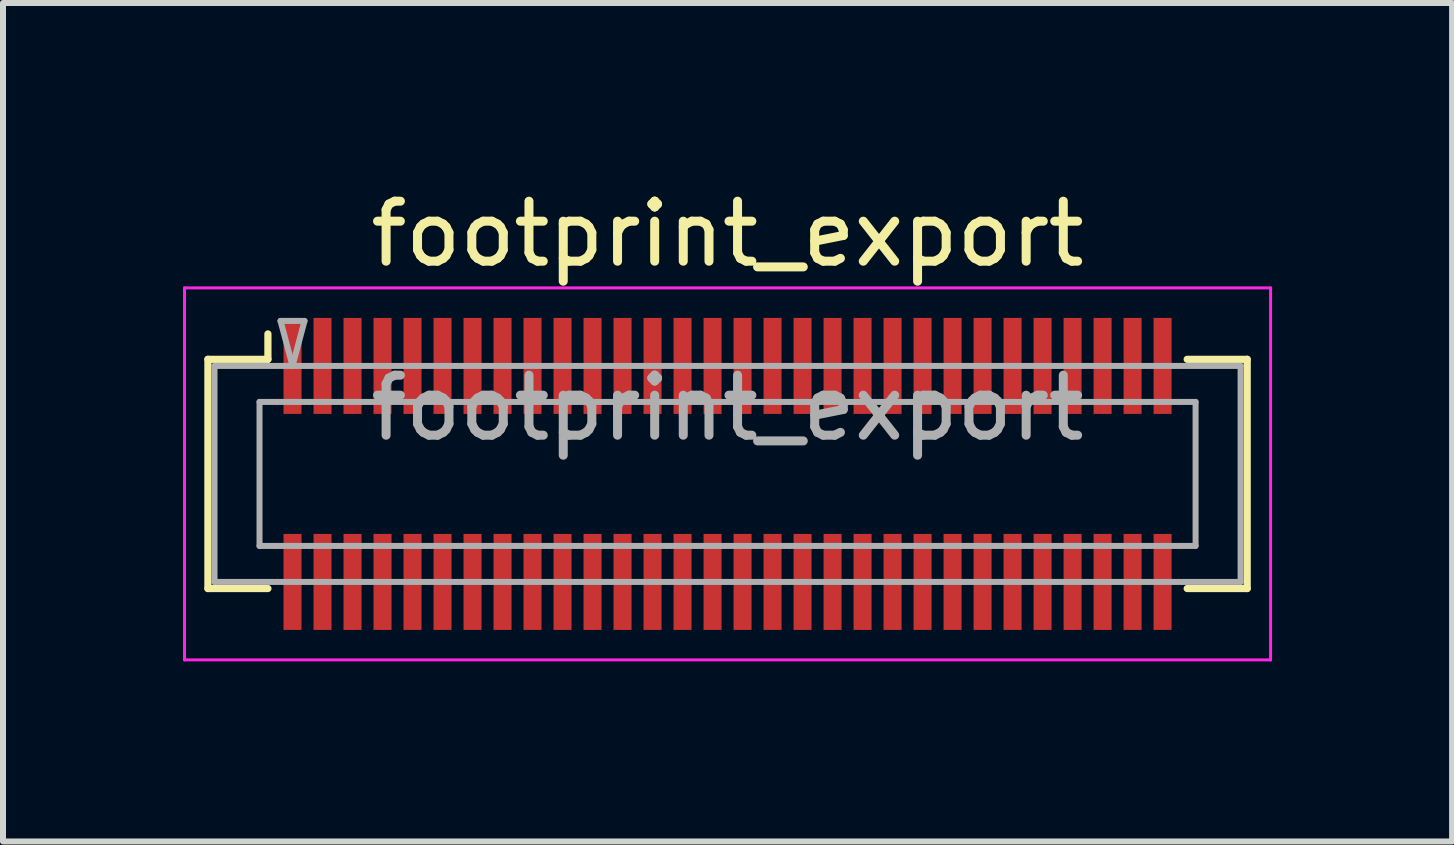
<source format=kicad_pcb>
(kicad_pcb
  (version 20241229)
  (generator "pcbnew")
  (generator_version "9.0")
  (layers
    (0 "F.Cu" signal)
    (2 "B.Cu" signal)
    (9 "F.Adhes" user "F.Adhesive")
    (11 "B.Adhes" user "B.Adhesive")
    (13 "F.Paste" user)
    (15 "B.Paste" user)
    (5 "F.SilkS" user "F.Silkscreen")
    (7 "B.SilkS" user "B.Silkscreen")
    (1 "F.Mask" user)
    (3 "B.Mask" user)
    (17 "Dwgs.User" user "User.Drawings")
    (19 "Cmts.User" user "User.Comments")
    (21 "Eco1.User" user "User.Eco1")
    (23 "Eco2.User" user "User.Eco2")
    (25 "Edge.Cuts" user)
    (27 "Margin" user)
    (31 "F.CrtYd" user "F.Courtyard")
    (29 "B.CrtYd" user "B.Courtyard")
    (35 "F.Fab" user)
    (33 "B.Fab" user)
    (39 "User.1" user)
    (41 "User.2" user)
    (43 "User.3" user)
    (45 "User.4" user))
  (footprint "footprint_export"
    (layer "F.Cu")
    (at 9.075 4.848)
    (property "Reference" "footprint_export" (at 0 -4 0) (layer "F.SilkS") (effects (font (size 1 1) (thickness 0.15))))
    (attr smd)
    (fp_line (start -8.66 -1.91) (end -7.66 -1.91) (stroke (width 0.12) (type solid)) (layer "F.SilkS"))
    (fp_line (start -8.66 1.91) (end -8.66 -1.91) (stroke (width 0.12) (type solid)) (layer "F.SilkS"))
    (fp_line (start -7.66 -1.91) (end -7.66 -2.333) (stroke (width 0.12) (type solid)) (layer "F.SilkS"))
    (fp_line (start -7.66 1.91) (end -8.66 1.91) (stroke (width 0.12) (type solid)) (layer "F.SilkS"))
    (fp_line (start 7.66 1.91) (end 8.66 1.91) (stroke (width 0.12) (type solid)) (layer "F.SilkS"))
    (fp_line (start 8.66 -1.91) (end 7.66 -1.91) (stroke (width 0.12) (type solid)) (layer "F.SilkS"))
    (fp_line (start 8.66 1.91) (end 8.66 -1.91) (stroke (width 0.12) (type solid)) (layer "F.SilkS"))
    (fp_line (start -9.05 -3.1) (end -9.05 3.1) (stroke (width 0.05) (type solid)) (layer "F.CrtYd"))
    (fp_line (start -9.05 3.1) (end 9.05 3.1) (stroke (width 0.05) (type solid)) (layer "F.CrtYd"))
    (fp_line (start 9.05 -3.1) (end -9.05 -3.1) (stroke (width 0.05) (type solid)) (layer "F.CrtYd"))
    (fp_line (start 9.05 3.1) (end 9.05 -3.1) (stroke (width 0.05) (type solid)) (layer "F.CrtYd"))
    (fp_line (start -8.55 -1.8) (end 8.55 -1.8) (stroke (width 0.1) (type solid)) (layer "F.Fab"))
    (fp_line (start -8.55 1.8) (end -8.55 -1.8) (stroke (width 0.1) (type solid)) (layer "F.Fab"))
    (fp_line (start -7.8 -1.2) (end 7.8 -1.2) (stroke (width 0.1) (type solid)) (layer "F.Fab"))
    (fp_line (start -7.8 1.2) (end -7.8 -1.2) (stroke (width 0.1) (type solid)) (layer "F.Fab"))
    (fp_line (start -7.45 -2.55) (end -7.25 -1.8) (stroke (width 0.1) (type solid)) (layer "F.Fab"))
    (fp_line (start -7.25 -1.8) (end -7.05 -2.55) (stroke (width 0.1) (type solid)) (layer "F.Fab"))
    (fp_line (start -7.05 -2.55) (end -7.45 -2.55) (stroke (width 0.1) (type solid)) (layer "F.Fab"))
    (fp_line (start 7.8 -1.2) (end 7.8 1.2) (stroke (width 0.1) (type solid)) (layer "F.Fab"))
    (fp_line (start 7.8 1.2) (end -7.8 1.2) (stroke (width 0.1) (type solid)) (layer "F.Fab"))
    (fp_line (start 8.55 -1.8) (end 8.55 1.8) (stroke (width 0.1) (type solid)) (layer "F.Fab"))
    (fp_line (start 8.55 1.8) (end -8.55 1.8) (stroke (width 0.1) (type solid)) (layer "F.Fab"))
    (fp_text user "${REFERENCE}" (at 0 -1.1 0) (layer "F.Fab") (effects (font (size 1 1) (thickness 0.15))))
    (pad "" smd rect (at -7.25 -2) (size 0.28 1.2) (layers "F.Paste"))
    (pad "" smd rect (at -7.25 2) (size 0.28 1.2) (layers "F.Paste"))
    (pad "" smd rect (at -6.75 -2) (size 0.28 1.2) (layers "F.Paste"))
    (pad "" smd rect (at -6.75 2) (size 0.28 1.2) (layers "F.Paste"))
    (pad "" smd rect (at -6.25 -2) (size 0.28 1.2) (layers "F.Paste"))
    (pad "" smd rect (at -6.25 2) (size 0.28 1.2) (layers "F.Paste"))
    (pad "" smd rect (at -5.75 -2) (size 0.28 1.2) (layers "F.Paste"))
    (pad "" smd rect (at -5.75 2) (size 0.28 1.2) (layers "F.Paste"))
    (pad "" smd rect (at -5.25 -2) (size 0.28 1.2) (layers "F.Paste"))
    (pad "" smd rect (at -5.25 2) (size 0.28 1.2) (layers "F.Paste"))
    (pad "" smd rect (at -4.75 -2) (size 0.28 1.2) (layers "F.Paste"))
    (pad "" smd rect (at -4.75 2) (size 0.28 1.2) (layers "F.Paste"))
    (pad "" smd rect (at -4.25 -2) (size 0.28 1.2) (layers "F.Paste"))
    (pad "" smd rect (at -4.25 2) (size 0.28 1.2) (layers "F.Paste"))
    (pad "" smd rect (at -3.75 -2) (size 0.28 1.2) (layers "F.Paste"))
    (pad "" smd rect (at -3.75 2) (size 0.28 1.2) (layers "F.Paste"))
    (pad "" smd rect (at -3.25 -2) (size 0.28 1.2) (layers "F.Paste"))
    (pad "" smd rect (at -3.25 2) (size 0.28 1.2) (layers "F.Paste"))
    (pad "" smd rect (at -2.75 -2) (size 0.28 1.2) (layers "F.Paste"))
    (pad "" smd rect (at -2.75 2) (size 0.28 1.2) (layers "F.Paste"))
    (pad "" smd rect (at -2.25 -2) (size 0.28 1.2) (layers "F.Paste"))
    (pad "" smd rect (at -2.25 2) (size 0.28 1.2) (layers "F.Paste"))
    (pad "" smd rect (at -1.75 -2) (size 0.28 1.2) (layers "F.Paste"))
    (pad "" smd rect (at -1.75 2) (size 0.28 1.2) (layers "F.Paste"))
    (pad "" smd rect (at -1.25 -2) (size 0.28 1.2) (layers "F.Paste"))
    (pad "" smd rect (at -1.25 2) (size 0.28 1.2) (layers "F.Paste"))
    (pad "" smd rect (at -0.75 -2) (size 0.28 1.2) (layers "F.Paste"))
    (pad "" smd rect (at -0.75 2) (size 0.28 1.2) (layers "F.Paste"))
    (pad "" smd rect (at -0.25 -2) (size 0.28 1.2) (layers "F.Paste"))
    (pad "" smd rect (at -0.25 2) (size 0.28 1.2) (layers "F.Paste"))
    (pad "" smd rect (at 0.25 -2) (size 0.28 1.2) (layers "F.Paste"))
    (pad "" smd rect (at 0.25 2) (size 0.28 1.2) (layers "F.Paste"))
    (pad "" smd rect (at 0.75 -2) (size 0.28 1.2) (layers "F.Paste"))
    (pad "" smd rect (at 0.75 2) (size 0.28 1.2) (layers "F.Paste"))
    (pad "" smd rect (at 1.25 -2) (size 0.28 1.2) (layers "F.Paste"))
    (pad "" smd rect (at 1.25 2) (size 0.28 1.2) (layers "F.Paste"))
    (pad "" smd rect (at 1.75 -2) (size 0.28 1.2) (layers "F.Paste"))
    (pad "" smd rect (at 1.75 2) (size 0.28 1.2) (layers "F.Paste"))
    (pad "" smd rect (at 2.25 -2) (size 0.28 1.2) (layers "F.Paste"))
    (pad "" smd rect (at 2.25 2) (size 0.28 1.2) (layers "F.Paste"))
    (pad "" smd rect (at 2.75 -2) (size 0.28 1.2) (layers "F.Paste"))
    (pad "" smd rect (at 2.75 2) (size 0.28 1.2) (layers "F.Paste"))
    (pad "" smd rect (at 3.25 -2) (size 0.28 1.2) (layers "F.Paste"))
    (pad "" smd rect (at 3.25 2) (size 0.28 1.2) (layers "F.Paste"))
    (pad "" smd rect (at 3.75 -2) (size 0.28 1.2) (layers "F.Paste"))
    (pad "" smd rect (at 3.75 2) (size 0.28 1.2) (layers "F.Paste"))
    (pad "" smd rect (at 4.25 -2) (size 0.28 1.2) (layers "F.Paste"))
    (pad "" smd rect (at 4.25 2) (size 0.28 1.2) (layers "F.Paste"))
    (pad "" smd rect (at 4.75 -2) (size 0.28 1.2) (layers "F.Paste"))
    (pad "" smd rect (at 4.75 2) (size 0.28 1.2) (layers "F.Paste"))
    (pad "" smd rect (at 5.25 -2) (size 0.28 1.2) (layers "F.Paste"))
    (pad "" smd rect (at 5.25 2) (size 0.28 1.2) (layers "F.Paste"))
    (pad "" smd rect (at 5.75 -2) (size 0.28 1.2) (layers "F.Paste"))
    (pad "" smd rect (at 5.75 2) (size 0.28 1.2) (layers "F.Paste"))
    (pad "" smd rect (at 6.25 -2) (size 0.28 1.2) (layers "F.Paste"))
    (pad "" smd rect (at 6.25 2) (size 0.28 1.2) (layers "F.Paste"))
    (pad "" smd rect (at 6.75 -2) (size 0.28 1.2) (layers "F.Paste"))
    (pad "" smd rect (at 6.75 2) (size 0.28 1.2) (layers "F.Paste"))
    (pad "" smd rect (at 7.25 -2) (size 0.28 1.2) (layers "F.Paste"))
    (pad "" smd rect (at 7.25 2) (size 0.28 1.2) (layers "F.Paste"))
    (pad "1" smd rect (at -7.25 -1.8) (size 0.3 1.6) (layers "F.Cu" "F.Mask"))
    (pad "2" smd rect (at -6.75 -1.8) (size 0.3 1.6) (layers "F.Cu" "F.Mask"))
    (pad "3" smd rect (at -6.25 -1.8) (size 0.3 1.6) (layers "F.Cu" "F.Mask"))
    (pad "4" smd rect (at -5.75 -1.8) (size 0.3 1.6) (layers "F.Cu" "F.Mask"))
    (pad "5" smd rect (at -5.25 -1.8) (size 0.3 1.6) (layers "F.Cu" "F.Mask"))
    (pad "6" smd rect (at -4.75 -1.8) (size 0.3 1.6) (layers "F.Cu" "F.Mask"))
    (pad "7" smd rect (at -4.25 -1.8) (size 0.3 1.6) (layers "F.Cu" "F.Mask"))
    (pad "8" smd rect (at -3.75 -1.8) (size 0.3 1.6) (layers "F.Cu" "F.Mask"))
    (pad "9" smd rect (at -3.25 -1.8) (size 0.3 1.6) (layers "F.Cu" "F.Mask"))
    (pad "10" smd rect (at -2.75 -1.8) (size 0.3 1.6) (layers "F.Cu" "F.Mask"))
    (pad "11" smd rect (at -2.25 -1.8) (size 0.3 1.6) (layers "F.Cu" "F.Mask"))
    (pad "12" smd rect (at -1.75 -1.8) (size 0.3 1.6) (layers "F.Cu" "F.Mask"))
    (pad "13" smd rect (at -1.25 -1.8) (size 0.3 1.6) (layers "F.Cu" "F.Mask"))
    (pad "14" smd rect (at -0.75 -1.8) (size 0.3 1.6) (layers "F.Cu" "F.Mask"))
    (pad "15" smd rect (at -0.25 -1.8) (size 0.3 1.6) (layers "F.Cu" "F.Mask"))
    (pad "16" smd rect (at 0.25 -1.8) (size 0.3 1.6) (layers "F.Cu" "F.Mask"))
    (pad "17" smd rect (at 0.75 -1.8) (size 0.3 1.6) (layers "F.Cu" "F.Mask"))
    (pad "18" smd rect (at 1.25 -1.8) (size 0.3 1.6) (layers "F.Cu" "F.Mask"))
    (pad "19" smd rect (at 1.75 -1.8) (size 0.3 1.6) (layers "F.Cu" "F.Mask"))
    (pad "20" smd rect (at 2.25 -1.8) (size 0.3 1.6) (layers "F.Cu" "F.Mask"))
    (pad "21" smd rect (at 2.75 -1.8) (size 0.3 1.6) (layers "F.Cu" "F.Mask"))
    (pad "22" smd rect (at 3.25 -1.8) (size 0.3 1.6) (layers "F.Cu" "F.Mask"))
    (pad "23" smd rect (at 3.75 -1.8) (size 0.3 1.6) (layers "F.Cu" "F.Mask"))
    (pad "24" smd rect (at 4.25 -1.8) (size 0.3 1.6) (layers "F.Cu" "F.Mask"))
    (pad "25" smd rect (at 4.75 -1.8) (size 0.3 1.6) (layers "F.Cu" "F.Mask"))
    (pad "26" smd rect (at 5.25 -1.8) (size 0.3 1.6) (layers "F.Cu" "F.Mask"))
    (pad "27" smd rect (at 5.75 -1.8) (size 0.3 1.6) (layers "F.Cu" "F.Mask"))
    (pad "28" smd rect (at 6.25 -1.8) (size 0.3 1.6) (layers "F.Cu" "F.Mask"))
    (pad "29" smd rect (at 6.75 -1.8) (size 0.3 1.6) (layers "F.Cu" "F.Mask"))
    (pad "30" smd rect (at 7.25 -1.8) (size 0.3 1.6) (layers "F.Cu" "F.Mask"))
    (pad "31" smd rect (at -7.25 1.8) (size 0.3 1.6) (layers "F.Cu" "F.Mask"))
    (pad "32" smd rect (at -6.75 1.8) (size 0.3 1.6) (layers "F.Cu" "F.Mask"))
    (pad "33" smd rect (at -6.25 1.8) (size 0.3 1.6) (layers "F.Cu" "F.Mask"))
    (pad "34" smd rect (at -5.75 1.8) (size 0.3 1.6) (layers "F.Cu" "F.Mask"))
    (pad "35" smd rect (at -5.25 1.8) (size 0.3 1.6) (layers "F.Cu" "F.Mask"))
    (pad "36" smd rect (at -4.75 1.8) (size 0.3 1.6) (layers "F.Cu" "F.Mask"))
    (pad "37" smd rect (at -4.25 1.8) (size 0.3 1.6) (layers "F.Cu" "F.Mask"))
    (pad "38" smd rect (at -3.75 1.8) (size 0.3 1.6) (layers "F.Cu" "F.Mask"))
    (pad "39" smd rect (at -3.25 1.8) (size 0.3 1.6) (layers "F.Cu" "F.Mask"))
    (pad "40" smd rect (at -2.75 1.8) (size 0.3 1.6) (layers "F.Cu" "F.Mask"))
    (pad "41" smd rect (at -2.25 1.8) (size 0.3 1.6) (layers "F.Cu" "F.Mask"))
    (pad "42" smd rect (at -1.75 1.8) (size 0.3 1.6) (layers "F.Cu" "F.Mask"))
    (pad "43" smd rect (at -1.25 1.8) (size 0.3 1.6) (layers "F.Cu" "F.Mask"))
    (pad "44" smd rect (at -0.75 1.8) (size 0.3 1.6) (layers "F.Cu" "F.Mask"))
    (pad "45" smd rect (at -0.25 1.8) (size 0.3 1.6) (layers "F.Cu" "F.Mask"))
    (pad "46" smd rect (at 0.25 1.8) (size 0.3 1.6) (layers "F.Cu" "F.Mask"))
    (pad "47" smd rect (at 0.75 1.8) (size 0.3 1.6) (layers "F.Cu" "F.Mask"))
    (pad "48" smd rect (at 1.25 1.8) (size 0.3 1.6) (layers "F.Cu" "F.Mask"))
    (pad "49" smd rect (at 1.75 1.8) (size 0.3 1.6) (layers "F.Cu" "F.Mask"))
    (pad "50" smd rect (at 2.25 1.8) (size 0.3 1.6) (layers "F.Cu" "F.Mask"))
    (pad "51" smd rect (at 2.75 1.8) (size 0.3 1.6) (layers "F.Cu" "F.Mask"))
    (pad "52" smd rect (at 3.25 1.8) (size 0.3 1.6) (layers "F.Cu" "F.Mask"))
    (pad "53" smd rect (at 3.75 1.8) (size 0.3 1.6) (layers "F.Cu" "F.Mask"))
    (pad "54" smd rect (at 4.25 1.8) (size 0.3 1.6) (layers "F.Cu" "F.Mask"))
    (pad "55" smd rect (at 4.75 1.8) (size 0.3 1.6) (layers "F.Cu" "F.Mask"))
    (pad "56" smd rect (at 5.25 1.8) (size 0.3 1.6) (layers "F.Cu" "F.Mask"))
    (pad "57" smd rect (at 5.75 1.8) (size 0.3 1.6) (layers "F.Cu" "F.Mask"))
    (pad "58" smd rect (at 6.25 1.8) (size 0.3 1.6) (layers "F.Cu" "F.Mask"))
    (pad "59" smd rect (at 6.75 1.8) (size 0.3 1.6) (layers "F.Cu" "F.Mask"))
    (pad "60" smd rect (at 7.25 1.8) (size 0.3 1.6) (layers "F.Cu" "F.Mask")))
  (gr_rect
    (start -3 -3)
    (end 21.15 10.973)
    (stroke (width 0.1) (type default))
    (fill no)
    (layer "Edge.Cuts")))
</source>
